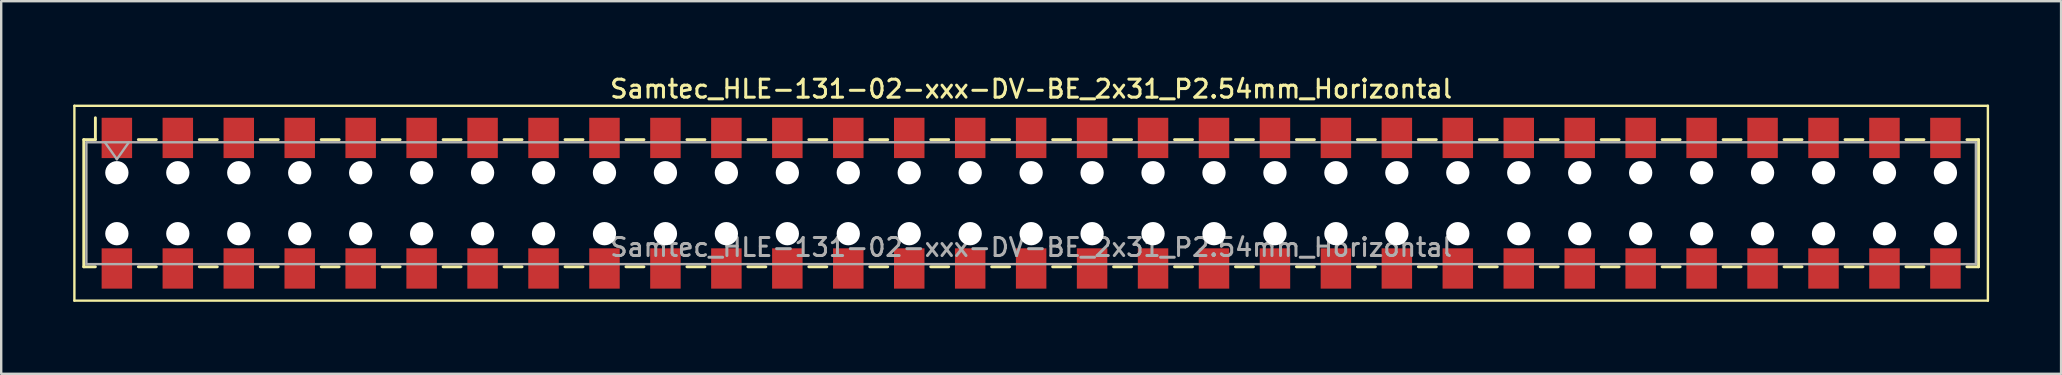
<source format=kicad_pcb>
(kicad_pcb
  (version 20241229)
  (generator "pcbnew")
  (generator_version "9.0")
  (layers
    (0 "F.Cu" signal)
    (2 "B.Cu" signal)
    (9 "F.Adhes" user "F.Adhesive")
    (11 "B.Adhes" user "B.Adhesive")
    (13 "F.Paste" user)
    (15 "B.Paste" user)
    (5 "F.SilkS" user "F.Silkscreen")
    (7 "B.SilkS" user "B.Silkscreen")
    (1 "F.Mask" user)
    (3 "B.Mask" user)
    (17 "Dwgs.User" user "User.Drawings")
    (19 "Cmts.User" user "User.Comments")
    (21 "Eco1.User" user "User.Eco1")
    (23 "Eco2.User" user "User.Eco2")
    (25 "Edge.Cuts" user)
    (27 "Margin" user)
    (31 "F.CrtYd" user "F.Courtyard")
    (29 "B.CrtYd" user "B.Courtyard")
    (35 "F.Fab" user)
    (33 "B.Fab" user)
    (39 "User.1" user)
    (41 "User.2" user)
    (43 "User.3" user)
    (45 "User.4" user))
  (footprint "Samtec_HLE-131-02-xxx-DV-BE_2x31_P2.54mm_Horizontal"
    (layer "F.Cu")
    (at 39.92 5.418)
    (property "Reference" "Samtec_HLE-131-02-xxx-DV-BE_2x31_P2.54mm_Horizontal" (at 0 -4.76 0) (layer "F.SilkS") (effects (font (size 0.75 0.75) (thickness 0.125))))
    (attr smd)
    (fp_line (start -39.87 -4.06) (end 39.87 -4.06) (stroke (width 0.1) (type solid)) (layer "F.SilkS"))
    (fp_line (start -39.87 4.06) (end -39.87 -4.06) (stroke (width 0.1) (type solid)) (layer "F.SilkS"))
    (fp_line (start -39.48 -2.65) (end -39.48 2.65) (stroke (width 0.12) (type solid)) (layer "F.SilkS"))
    (fp_line (start -39.48 2.65) (end -38.995 2.65) (stroke (width 0.12) (type solid)) (layer "F.SilkS"))
    (fp_line (start -38.995 -3.56) (end -38.995 -2.65) (stroke (width 0.12) (type solid)) (layer "F.SilkS"))
    (fp_line (start -38.995 -2.65) (end -39.48 -2.65) (stroke (width 0.12) (type solid)) (layer "F.SilkS"))
    (fp_line (start -37.205 -2.65) (end -36.455 -2.65) (stroke (width 0.12) (type solid)) (layer "F.SilkS"))
    (fp_line (start -37.205 2.65) (end -36.455 2.65) (stroke (width 0.12) (type solid)) (layer "F.SilkS"))
    (fp_line (start -34.665 -2.65) (end -33.915 -2.65) (stroke (width 0.12) (type solid)) (layer "F.SilkS"))
    (fp_line (start -34.665 2.65) (end -33.915 2.65) (stroke (width 0.12) (type solid)) (layer "F.SilkS"))
    (fp_line (start -32.125 -2.65) (end -31.375 -2.65) (stroke (width 0.12) (type solid)) (layer "F.SilkS"))
    (fp_line (start -32.125 2.65) (end -31.375 2.65) (stroke (width 0.12) (type solid)) (layer "F.SilkS"))
    (fp_line (start -29.585 -2.65) (end -28.835 -2.65) (stroke (width 0.12) (type solid)) (layer "F.SilkS"))
    (fp_line (start -29.585 2.65) (end -28.835 2.65) (stroke (width 0.12) (type solid)) (layer "F.SilkS"))
    (fp_line (start -27.045 -2.65) (end -26.295 -2.65) (stroke (width 0.12) (type solid)) (layer "F.SilkS"))
    (fp_line (start -27.045 2.65) (end -26.295 2.65) (stroke (width 0.12) (type solid)) (layer "F.SilkS"))
    (fp_line (start -24.505 -2.65) (end -23.755 -2.65) (stroke (width 0.12) (type solid)) (layer "F.SilkS"))
    (fp_line (start -24.505 2.65) (end -23.755 2.65) (stroke (width 0.12) (type solid)) (layer "F.SilkS"))
    (fp_line (start -21.965 -2.65) (end -21.215 -2.65) (stroke (width 0.12) (type solid)) (layer "F.SilkS"))
    (fp_line (start -21.965 2.65) (end -21.215 2.65) (stroke (width 0.12) (type solid)) (layer "F.SilkS"))
    (fp_line (start -19.425 -2.65) (end -18.675 -2.65) (stroke (width 0.12) (type solid)) (layer "F.SilkS"))
    (fp_line (start -19.425 2.65) (end -18.675 2.65) (stroke (width 0.12) (type solid)) (layer "F.SilkS"))
    (fp_line (start -16.885 -2.65) (end -16.135 -2.65) (stroke (width 0.12) (type solid)) (layer "F.SilkS"))
    (fp_line (start -16.885 2.65) (end -16.135 2.65) (stroke (width 0.12) (type solid)) (layer "F.SilkS"))
    (fp_line (start -14.345 -2.65) (end -13.595 -2.65) (stroke (width 0.12) (type solid)) (layer "F.SilkS"))
    (fp_line (start -14.345 2.65) (end -13.595 2.65) (stroke (width 0.12) (type solid)) (layer "F.SilkS"))
    (fp_line (start -11.805 -2.65) (end -11.055 -2.65) (stroke (width 0.12) (type solid)) (layer "F.SilkS"))
    (fp_line (start -11.805 2.65) (end -11.055 2.65) (stroke (width 0.12) (type solid)) (layer "F.SilkS"))
    (fp_line (start -9.265 -2.65) (end -8.515 -2.65) (stroke (width 0.12) (type solid)) (layer "F.SilkS"))
    (fp_line (start -9.265 2.65) (end -8.515 2.65) (stroke (width 0.12) (type solid)) (layer "F.SilkS"))
    (fp_line (start -6.725 -2.65) (end -5.975 -2.65) (stroke (width 0.12) (type solid)) (layer "F.SilkS"))
    (fp_line (start -6.725 2.65) (end -5.975 2.65) (stroke (width 0.12) (type solid)) (layer "F.SilkS"))
    (fp_line (start -4.185 -2.65) (end -3.435 -2.65) (stroke (width 0.12) (type solid)) (layer "F.SilkS"))
    (fp_line (start -4.185 2.65) (end -3.435 2.65) (stroke (width 0.12) (type solid)) (layer "F.SilkS"))
    (fp_line (start -1.645 -2.65) (end -0.895 -2.65) (stroke (width 0.12) (type solid)) (layer "F.SilkS"))
    (fp_line (start -1.645 2.65) (end -0.895 2.65) (stroke (width 0.12) (type solid)) (layer "F.SilkS"))
    (fp_line (start 0.895 -2.65) (end 1.645 -2.65) (stroke (width 0.12) (type solid)) (layer "F.SilkS"))
    (fp_line (start 0.895 2.65) (end 1.645 2.65) (stroke (width 0.12) (type solid)) (layer "F.SilkS"))
    (fp_line (start 3.435 -2.65) (end 4.185 -2.65) (stroke (width 0.12) (type solid)) (layer "F.SilkS"))
    (fp_line (start 3.435 2.65) (end 4.185 2.65) (stroke (width 0.12) (type solid)) (layer "F.SilkS"))
    (fp_line (start 5.975 -2.65) (end 6.725 -2.65) (stroke (width 0.12) (type solid)) (layer "F.SilkS"))
    (fp_line (start 5.975 2.65) (end 6.725 2.65) (stroke (width 0.12) (type solid)) (layer "F.SilkS"))
    (fp_line (start 8.515 -2.65) (end 9.265 -2.65) (stroke (width 0.12) (type solid)) (layer "F.SilkS"))
    (fp_line (start 8.515 2.65) (end 9.265 2.65) (stroke (width 0.12) (type solid)) (layer "F.SilkS"))
    (fp_line (start 11.055 -2.65) (end 11.805 -2.65) (stroke (width 0.12) (type solid)) (layer "F.SilkS"))
    (fp_line (start 11.055 2.65) (end 11.805 2.65) (stroke (width 0.12) (type solid)) (layer "F.SilkS"))
    (fp_line (start 13.595 -2.65) (end 14.345 -2.65) (stroke (width 0.12) (type solid)) (layer "F.SilkS"))
    (fp_line (start 13.595 2.65) (end 14.345 2.65) (stroke (width 0.12) (type solid)) (layer "F.SilkS"))
    (fp_line (start 16.135 -2.65) (end 16.885 -2.65) (stroke (width 0.12) (type solid)) (layer "F.SilkS"))
    (fp_line (start 16.135 2.65) (end 16.885 2.65) (stroke (width 0.12) (type solid)) (layer "F.SilkS"))
    (fp_line (start 18.675 -2.65) (end 19.425 -2.65) (stroke (width 0.12) (type solid)) (layer "F.SilkS"))
    (fp_line (start 18.675 2.65) (end 19.425 2.65) (stroke (width 0.12) (type solid)) (layer "F.SilkS"))
    (fp_line (start 21.215 -2.65) (end 21.965 -2.65) (stroke (width 0.12) (type solid)) (layer "F.SilkS"))
    (fp_line (start 21.215 2.65) (end 21.965 2.65) (stroke (width 0.12) (type solid)) (layer "F.SilkS"))
    (fp_line (start 23.755 -2.65) (end 24.505 -2.65) (stroke (width 0.12) (type solid)) (layer "F.SilkS"))
    (fp_line (start 23.755 2.65) (end 24.505 2.65) (stroke (width 0.12) (type solid)) (layer "F.SilkS"))
    (fp_line (start 26.295 -2.65) (end 27.045 -2.65) (stroke (width 0.12) (type solid)) (layer "F.SilkS"))
    (fp_line (start 26.295 2.65) (end 27.045 2.65) (stroke (width 0.12) (type solid)) (layer "F.SilkS"))
    (fp_line (start 28.835 -2.65) (end 29.585 -2.65) (stroke (width 0.12) (type solid)) (layer "F.SilkS"))
    (fp_line (start 28.835 2.65) (end 29.585 2.65) (stroke (width 0.12) (type solid)) (layer "F.SilkS"))
    (fp_line (start 31.375 -2.65) (end 32.125 -2.65) (stroke (width 0.12) (type solid)) (layer "F.SilkS"))
    (fp_line (start 31.375 2.65) (end 32.125 2.65) (stroke (width 0.12) (type solid)) (layer "F.SilkS"))
    (fp_line (start 33.915 -2.65) (end 34.665 -2.65) (stroke (width 0.12) (type solid)) (layer "F.SilkS"))
    (fp_line (start 33.915 2.65) (end 34.665 2.65) (stroke (width 0.12) (type solid)) (layer "F.SilkS"))
    (fp_line (start 36.455 -2.65) (end 37.205 -2.65) (stroke (width 0.12) (type solid)) (layer "F.SilkS"))
    (fp_line (start 36.455 2.65) (end 37.205 2.65) (stroke (width 0.12) (type solid)) (layer "F.SilkS"))
    (fp_line (start 38.995 -2.65) (end 39.48 -2.65) (stroke (width 0.12) (type solid)) (layer "F.SilkS"))
    (fp_line (start 39.48 -2.65) (end 39.48 2.65) (stroke (width 0.12) (type solid)) (layer "F.SilkS"))
    (fp_line (start 39.48 2.65) (end 38.995 2.65) (stroke (width 0.12) (type solid)) (layer "F.SilkS"))
    (fp_line (start 39.87 -4.06) (end 39.87 4.06) (stroke (width 0.1) (type solid)) (layer "F.SilkS"))
    (fp_line (start 39.87 4.06) (end -39.87 4.06) (stroke (width 0.1) (type solid)) (layer "F.SilkS"))
    (fp_line (start -39.37 -2.54) (end 39.37 -2.54) (stroke (width 0.1) (type solid)) (layer "F.Fab"))
    (fp_line (start -39.37 2.54) (end -39.37 -2.54) (stroke (width 0.1) (type solid)) (layer "F.Fab"))
    (fp_line (start -38.6 -2.54) (end -38.1 -1.833) (stroke (width 0.1) (type solid)) (layer "F.Fab"))
    (fp_line (start -38.1 -1.833) (end -37.6 -2.54) (stroke (width 0.1) (type solid)) (layer "F.Fab"))
    (fp_line (start 39.37 -2.54) (end 39.37 2.54) (stroke (width 0.1) (type solid)) (layer "F.Fab"))
    (fp_line (start 39.37 2.54) (end -39.37 2.54) (stroke (width 0.1) (type solid)) (layer "F.Fab"))
    (fp_text user "${REFERENCE}" (at 0 1.84 0) (layer "F.Fab") (effects (font (size 0.75 0.75) (thickness 0.125))))
    (pad "" np_thru_hole circle (at -38.1 -1.27) (size 0.97 0.97) (drill 0.97) (layers "*.Cu" "*.Mask"))
    (pad "" np_thru_hole circle (at -38.1 1.27) (size 0.97 0.97) (drill 0.97) (layers "*.Cu" "*.Mask"))
    (pad "" np_thru_hole circle (at -35.56 -1.27) (size 0.97 0.97) (drill 0.97) (layers "*.Cu" "*.Mask"))
    (pad "" np_thru_hole circle (at -35.56 1.27) (size 0.97 0.97) (drill 0.97) (layers "*.Cu" "*.Mask"))
    (pad "" np_thru_hole circle (at -33.02 -1.27) (size 0.97 0.97) (drill 0.97) (layers "*.Cu" "*.Mask"))
    (pad "" np_thru_hole circle (at -33.02 1.27) (size 0.97 0.97) (drill 0.97) (layers "*.Cu" "*.Mask"))
    (pad "" np_thru_hole circle (at -30.48 -1.27) (size 0.97 0.97) (drill 0.97) (layers "*.Cu" "*.Mask"))
    (pad "" np_thru_hole circle (at -30.48 1.27) (size 0.97 0.97) (drill 0.97) (layers "*.Cu" "*.Mask"))
    (pad "" np_thru_hole circle (at -27.94 -1.27) (size 0.97 0.97) (drill 0.97) (layers "*.Cu" "*.Mask"))
    (pad "" np_thru_hole circle (at -27.94 1.27) (size 0.97 0.97) (drill 0.97) (layers "*.Cu" "*.Mask"))
    (pad "" np_thru_hole circle (at -25.4 -1.27) (size 0.97 0.97) (drill 0.97) (layers "*.Cu" "*.Mask"))
    (pad "" np_thru_hole circle (at -25.4 1.27) (size 0.97 0.97) (drill 0.97) (layers "*.Cu" "*.Mask"))
    (pad "" np_thru_hole circle (at -22.86 -1.27) (size 0.97 0.97) (drill 0.97) (layers "*.Cu" "*.Mask"))
    (pad "" np_thru_hole circle (at -22.86 1.27) (size 0.97 0.97) (drill 0.97) (layers "*.Cu" "*.Mask"))
    (pad "" np_thru_hole circle (at -20.32 -1.27) (size 0.97 0.97) (drill 0.97) (layers "*.Cu" "*.Mask"))
    (pad "" np_thru_hole circle (at -20.32 1.27) (size 0.97 0.97) (drill 0.97) (layers "*.Cu" "*.Mask"))
    (pad "" np_thru_hole circle (at -17.78 -1.27) (size 0.97 0.97) (drill 0.97) (layers "*.Cu" "*.Mask"))
    (pad "" np_thru_hole circle (at -17.78 1.27) (size 0.97 0.97) (drill 0.97) (layers "*.Cu" "*.Mask"))
    (pad "" np_thru_hole circle (at -15.24 -1.27) (size 0.97 0.97) (drill 0.97) (layers "*.Cu" "*.Mask"))
    (pad "" np_thru_hole circle (at -15.24 1.27) (size 0.97 0.97) (drill 0.97) (layers "*.Cu" "*.Mask"))
    (pad "" np_thru_hole circle (at -12.7 -1.27) (size 0.97 0.97) (drill 0.97) (layers "*.Cu" "*.Mask"))
    (pad "" np_thru_hole circle (at -12.7 1.27) (size 0.97 0.97) (drill 0.97) (layers "*.Cu" "*.Mask"))
    (pad "" np_thru_hole circle (at -10.16 -1.27) (size 0.97 0.97) (drill 0.97) (layers "*.Cu" "*.Mask"))
    (pad "" np_thru_hole circle (at -10.16 1.27) (size 0.97 0.97) (drill 0.97) (layers "*.Cu" "*.Mask"))
    (pad "" np_thru_hole circle (at -7.62 -1.27) (size 0.97 0.97) (drill 0.97) (layers "*.Cu" "*.Mask"))
    (pad "" np_thru_hole circle (at -7.62 1.27) (size 0.97 0.97) (drill 0.97) (layers "*.Cu" "*.Mask"))
    (pad "" np_thru_hole circle (at -5.08 -1.27) (size 0.97 0.97) (drill 0.97) (layers "*.Cu" "*.Mask"))
    (pad "" np_thru_hole circle (at -5.08 1.27) (size 0.97 0.97) (drill 0.97) (layers "*.Cu" "*.Mask"))
    (pad "" np_thru_hole circle (at -2.54 -1.27) (size 0.97 0.97) (drill 0.97) (layers "*.Cu" "*.Mask"))
    (pad "" np_thru_hole circle (at -2.54 1.27) (size 0.97 0.97) (drill 0.97) (layers "*.Cu" "*.Mask"))
    (pad "" np_thru_hole circle (at 0 -1.27) (size 0.97 0.97) (drill 0.97) (layers "*.Cu" "*.Mask"))
    (pad "" np_thru_hole circle (at 0 1.27) (size 0.97 0.97) (drill 0.97) (layers "*.Cu" "*.Mask"))
    (pad "" np_thru_hole circle (at 2.54 -1.27) (size 0.97 0.97) (drill 0.97) (layers "*.Cu" "*.Mask"))
    (pad "" np_thru_hole circle (at 2.54 1.27) (size 0.97 0.97) (drill 0.97) (layers "*.Cu" "*.Mask"))
    (pad "" np_thru_hole circle (at 5.08 -1.27) (size 0.97 0.97) (drill 0.97) (layers "*.Cu" "*.Mask"))
    (pad "" np_thru_hole circle (at 5.08 1.27) (size 0.97 0.97) (drill 0.97) (layers "*.Cu" "*.Mask"))
    (pad "" np_thru_hole circle (at 7.62 -1.27) (size 0.97 0.97) (drill 0.97) (layers "*.Cu" "*.Mask"))
    (pad "" np_thru_hole circle (at 7.62 1.27) (size 0.97 0.97) (drill 0.97) (layers "*.Cu" "*.Mask"))
    (pad "" np_thru_hole circle (at 10.16 -1.27) (size 0.97 0.97) (drill 0.97) (layers "*.Cu" "*.Mask"))
    (pad "" np_thru_hole circle (at 10.16 1.27) (size 0.97 0.97) (drill 0.97) (layers "*.Cu" "*.Mask"))
    (pad "" np_thru_hole circle (at 12.7 -1.27) (size 0.97 0.97) (drill 0.97) (layers "*.Cu" "*.Mask"))
    (pad "" np_thru_hole circle (at 12.7 1.27) (size 0.97 0.97) (drill 0.97) (layers "*.Cu" "*.Mask"))
    (pad "" np_thru_hole circle (at 15.24 -1.27) (size 0.97 0.97) (drill 0.97) (layers "*.Cu" "*.Mask"))
    (pad "" np_thru_hole circle (at 15.24 1.27) (size 0.97 0.97) (drill 0.97) (layers "*.Cu" "*.Mask"))
    (pad "" np_thru_hole circle (at 17.78 -1.27) (size 0.97 0.97) (drill 0.97) (layers "*.Cu" "*.Mask"))
    (pad "" np_thru_hole circle (at 17.78 1.27) (size 0.97 0.97) (drill 0.97) (layers "*.Cu" "*.Mask"))
    (pad "" np_thru_hole circle (at 20.32 -1.27) (size 0.97 0.97) (drill 0.97) (layers "*.Cu" "*.Mask"))
    (pad "" np_thru_hole circle (at 20.32 1.27) (size 0.97 0.97) (drill 0.97) (layers "*.Cu" "*.Mask"))
    (pad "" np_thru_hole circle (at 22.86 -1.27) (size 0.97 0.97) (drill 0.97) (layers "*.Cu" "*.Mask"))
    (pad "" np_thru_hole circle (at 22.86 1.27) (size 0.97 0.97) (drill 0.97) (layers "*.Cu" "*.Mask"))
    (pad "" np_thru_hole circle (at 25.4 -1.27) (size 0.97 0.97) (drill 0.97) (layers "*.Cu" "*.Mask"))
    (pad "" np_thru_hole circle (at 25.4 1.27) (size 0.97 0.97) (drill 0.97) (layers "*.Cu" "*.Mask"))
    (pad "" np_thru_hole circle (at 27.94 -1.27) (size 0.97 0.97) (drill 0.97) (layers "*.Cu" "*.Mask"))
    (pad "" np_thru_hole circle (at 27.94 1.27) (size 0.97 0.97) (drill 0.97) (layers "*.Cu" "*.Mask"))
    (pad "" np_thru_hole circle (at 30.48 -1.27) (size 0.97 0.97) (drill 0.97) (layers "*.Cu" "*.Mask"))
    (pad "" np_thru_hole circle (at 30.48 1.27) (size 0.97 0.97) (drill 0.97) (layers "*.Cu" "*.Mask"))
    (pad "" np_thru_hole circle (at 33.02 -1.27) (size 0.97 0.97) (drill 0.97) (layers "*.Cu" "*.Mask"))
    (pad "" np_thru_hole circle (at 33.02 1.27) (size 0.97 0.97) (drill 0.97) (layers "*.Cu" "*.Mask"))
    (pad "" np_thru_hole circle (at 35.56 -1.27) (size 0.97 0.97) (drill 0.97) (layers "*.Cu" "*.Mask"))
    (pad "" np_thru_hole circle (at 35.56 1.27) (size 0.97 0.97) (drill 0.97) (layers "*.Cu" "*.Mask"))
    (pad "" np_thru_hole circle (at 38.1 -1.27) (size 0.97 0.97) (drill 0.97) (layers "*.Cu" "*.Mask"))
    (pad "" np_thru_hole circle (at 38.1 1.27) (size 0.97 0.97) (drill 0.97) (layers "*.Cu" "*.Mask"))
    (pad "1" smd rect (at -38.1 -2.72) (size 1.27 1.68) (layers "F.Cu" "F.Mask" "F.Paste"))
    (pad "2" smd rect (at -38.1 2.72) (size 1.27 1.68) (layers "F.Cu" "F.Mask" "F.Paste"))
    (pad "3" smd rect (at -35.56 -2.72) (size 1.27 1.68) (layers "F.Cu" "F.Mask" "F.Paste"))
    (pad "4" smd rect (at -35.56 2.72) (size 1.27 1.68) (layers "F.Cu" "F.Mask" "F.Paste"))
    (pad "5" smd rect (at -33.02 -2.72) (size 1.27 1.68) (layers "F.Cu" "F.Mask" "F.Paste"))
    (pad "6" smd rect (at -33.02 2.72) (size 1.27 1.68) (layers "F.Cu" "F.Mask" "F.Paste"))
    (pad "7" smd rect (at -30.48 -2.72) (size 1.27 1.68) (layers "F.Cu" "F.Mask" "F.Paste"))
    (pad "8" smd rect (at -30.48 2.72) (size 1.27 1.68) (layers "F.Cu" "F.Mask" "F.Paste"))
    (pad "9" smd rect (at -27.94 -2.72) (size 1.27 1.68) (layers "F.Cu" "F.Mask" "F.Paste"))
    (pad "10" smd rect (at -27.94 2.72) (size 1.27 1.68) (layers "F.Cu" "F.Mask" "F.Paste"))
    (pad "11" smd rect (at -25.4 -2.72) (size 1.27 1.68) (layers "F.Cu" "F.Mask" "F.Paste"))
    (pad "12" smd rect (at -25.4 2.72) (size 1.27 1.68) (layers "F.Cu" "F.Mask" "F.Paste"))
    (pad "13" smd rect (at -22.86 -2.72) (size 1.27 1.68) (layers "F.Cu" "F.Mask" "F.Paste"))
    (pad "14" smd rect (at -22.86 2.72) (size 1.27 1.68) (layers "F.Cu" "F.Mask" "F.Paste"))
    (pad "15" smd rect (at -20.32 -2.72) (size 1.27 1.68) (layers "F.Cu" "F.Mask" "F.Paste"))
    (pad "16" smd rect (at -20.32 2.72) (size 1.27 1.68) (layers "F.Cu" "F.Mask" "F.Paste"))
    (pad "17" smd rect (at -17.78 -2.72) (size 1.27 1.68) (layers "F.Cu" "F.Mask" "F.Paste"))
    (pad "18" smd rect (at -17.78 2.72) (size 1.27 1.68) (layers "F.Cu" "F.Mask" "F.Paste"))
    (pad "19" smd rect (at -15.24 -2.72) (size 1.27 1.68) (layers "F.Cu" "F.Mask" "F.Paste"))
    (pad "20" smd rect (at -15.24 2.72) (size 1.27 1.68) (layers "F.Cu" "F.Mask" "F.Paste"))
    (pad "21" smd rect (at -12.7 -2.72) (size 1.27 1.68) (layers "F.Cu" "F.Mask" "F.Paste"))
    (pad "22" smd rect (at -12.7 2.72) (size 1.27 1.68) (layers "F.Cu" "F.Mask" "F.Paste"))
    (pad "23" smd rect (at -10.16 -2.72) (size 1.27 1.68) (layers "F.Cu" "F.Mask" "F.Paste"))
    (pad "24" smd rect (at -10.16 2.72) (size 1.27 1.68) (layers "F.Cu" "F.Mask" "F.Paste"))
    (pad "25" smd rect (at -7.62 -2.72) (size 1.27 1.68) (layers "F.Cu" "F.Mask" "F.Paste"))
    (pad "26" smd rect (at -7.62 2.72) (size 1.27 1.68) (layers "F.Cu" "F.Mask" "F.Paste"))
    (pad "27" smd rect (at -5.08 -2.72) (size 1.27 1.68) (layers "F.Cu" "F.Mask" "F.Paste"))
    (pad "28" smd rect (at -5.08 2.72) (size 1.27 1.68) (layers "F.Cu" "F.Mask" "F.Paste"))
    (pad "29" smd rect (at -2.54 -2.72) (size 1.27 1.68) (layers "F.Cu" "F.Mask" "F.Paste"))
    (pad "30" smd rect (at -2.54 2.72) (size 1.27 1.68) (layers "F.Cu" "F.Mask" "F.Paste"))
    (pad "31" smd rect (at 0 -2.72) (size 1.27 1.68) (layers "F.Cu" "F.Mask" "F.Paste"))
    (pad "32" smd rect (at 0 2.72) (size 1.27 1.68) (layers "F.Cu" "F.Mask" "F.Paste"))
    (pad "33" smd rect (at 2.54 -2.72) (size 1.27 1.68) (layers "F.Cu" "F.Mask" "F.Paste"))
    (pad "34" smd rect (at 2.54 2.72) (size 1.27 1.68) (layers "F.Cu" "F.Mask" "F.Paste"))
    (pad "35" smd rect (at 5.08 -2.72) (size 1.27 1.68) (layers "F.Cu" "F.Mask" "F.Paste"))
    (pad "36" smd rect (at 5.08 2.72) (size 1.27 1.68) (layers "F.Cu" "F.Mask" "F.Paste"))
    (pad "37" smd rect (at 7.62 -2.72) (size 1.27 1.68) (layers "F.Cu" "F.Mask" "F.Paste"))
    (pad "38" smd rect (at 7.62 2.72) (size 1.27 1.68) (layers "F.Cu" "F.Mask" "F.Paste"))
    (pad "39" smd rect (at 10.16 -2.72) (size 1.27 1.68) (layers "F.Cu" "F.Mask" "F.Paste"))
    (pad "40" smd rect (at 10.16 2.72) (size 1.27 1.68) (layers "F.Cu" "F.Mask" "F.Paste"))
    (pad "41" smd rect (at 12.7 -2.72) (size 1.27 1.68) (layers "F.Cu" "F.Mask" "F.Paste"))
    (pad "42" smd rect (at 12.7 2.72) (size 1.27 1.68) (layers "F.Cu" "F.Mask" "F.Paste"))
    (pad "43" smd rect (at 15.24 -2.72) (size 1.27 1.68) (layers "F.Cu" "F.Mask" "F.Paste"))
    (pad "44" smd rect (at 15.24 2.72) (size 1.27 1.68) (layers "F.Cu" "F.Mask" "F.Paste"))
    (pad "45" smd rect (at 17.78 -2.72) (size 1.27 1.68) (layers "F.Cu" "F.Mask" "F.Paste"))
    (pad "46" smd rect (at 17.78 2.72) (size 1.27 1.68) (layers "F.Cu" "F.Mask" "F.Paste"))
    (pad "47" smd rect (at 20.32 -2.72) (size 1.27 1.68) (layers "F.Cu" "F.Mask" "F.Paste"))
    (pad "48" smd rect (at 20.32 2.72) (size 1.27 1.68) (layers "F.Cu" "F.Mask" "F.Paste"))
    (pad "49" smd rect (at 22.86 -2.72) (size 1.27 1.68) (layers "F.Cu" "F.Mask" "F.Paste"))
    (pad "50" smd rect (at 22.86 2.72) (size 1.27 1.68) (layers "F.Cu" "F.Mask" "F.Paste"))
    (pad "51" smd rect (at 25.4 -2.72) (size 1.27 1.68) (layers "F.Cu" "F.Mask" "F.Paste"))
    (pad "52" smd rect (at 25.4 2.72) (size 1.27 1.68) (layers "F.Cu" "F.Mask" "F.Paste"))
    (pad "53" smd rect (at 27.94 -2.72) (size 1.27 1.68) (layers "F.Cu" "F.Mask" "F.Paste"))
    (pad "54" smd rect (at 27.94 2.72) (size 1.27 1.68) (layers "F.Cu" "F.Mask" "F.Paste"))
    (pad "55" smd rect (at 30.48 -2.72) (size 1.27 1.68) (layers "F.Cu" "F.Mask" "F.Paste"))
    (pad "56" smd rect (at 30.48 2.72) (size 1.27 1.68) (layers "F.Cu" "F.Mask" "F.Paste"))
    (pad "57" smd rect (at 33.02 -2.72) (size 1.27 1.68) (layers "F.Cu" "F.Mask" "F.Paste"))
    (pad "58" smd rect (at 33.02 2.72) (size 1.27 1.68) (layers "F.Cu" "F.Mask" "F.Paste"))
    (pad "59" smd rect (at 35.56 -2.72) (size 1.27 1.68) (layers "F.Cu" "F.Mask" "F.Paste"))
    (pad "60" smd rect (at 35.56 2.72) (size 1.27 1.68) (layers "F.Cu" "F.Mask" "F.Paste"))
    (pad "61" smd rect (at 38.1 -2.72) (size 1.27 1.68) (layers "F.Cu" "F.Mask" "F.Paste"))
    (pad "62" smd rect (at 38.1 2.72) (size 1.27 1.68) (layers "F.Cu" "F.Mask" "F.Paste")))
  (gr_rect
    (start -3 -3)
    (end 82.84 12.528)
    (stroke (width 0.1) (type default))
    (fill no)
    (layer "Edge.Cuts")))
</source>
